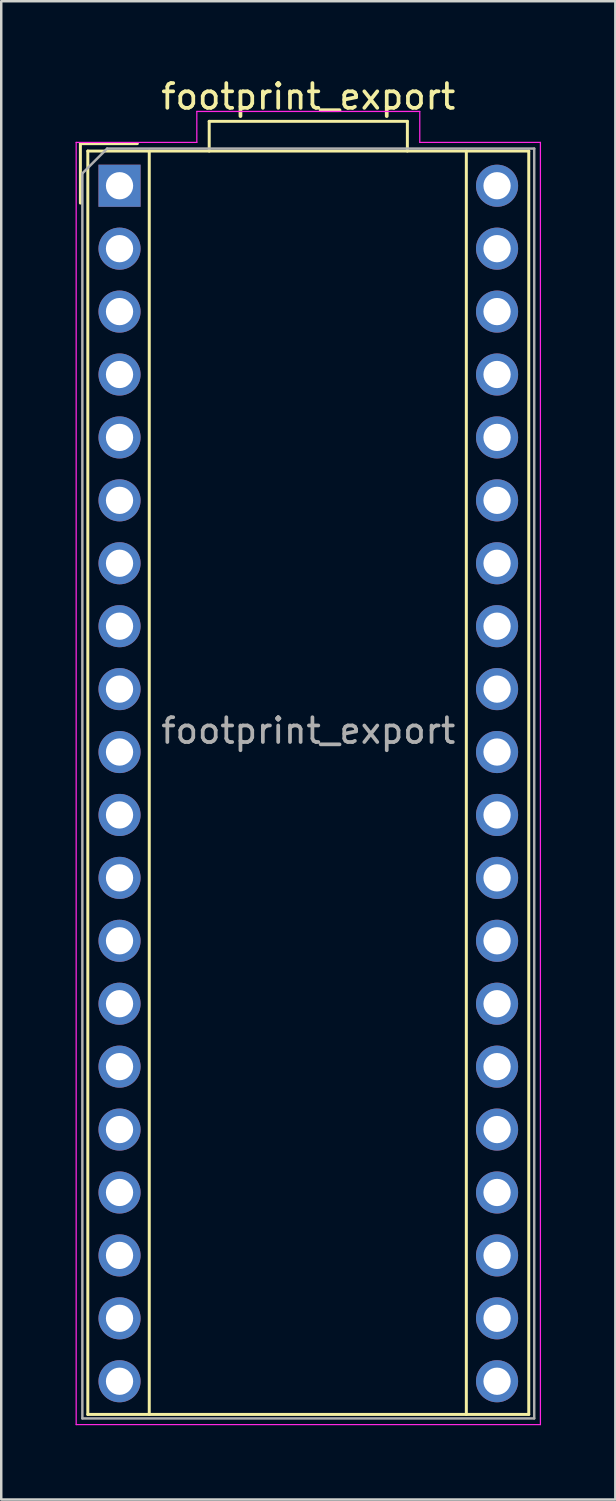
<source format=kicad_pcb>
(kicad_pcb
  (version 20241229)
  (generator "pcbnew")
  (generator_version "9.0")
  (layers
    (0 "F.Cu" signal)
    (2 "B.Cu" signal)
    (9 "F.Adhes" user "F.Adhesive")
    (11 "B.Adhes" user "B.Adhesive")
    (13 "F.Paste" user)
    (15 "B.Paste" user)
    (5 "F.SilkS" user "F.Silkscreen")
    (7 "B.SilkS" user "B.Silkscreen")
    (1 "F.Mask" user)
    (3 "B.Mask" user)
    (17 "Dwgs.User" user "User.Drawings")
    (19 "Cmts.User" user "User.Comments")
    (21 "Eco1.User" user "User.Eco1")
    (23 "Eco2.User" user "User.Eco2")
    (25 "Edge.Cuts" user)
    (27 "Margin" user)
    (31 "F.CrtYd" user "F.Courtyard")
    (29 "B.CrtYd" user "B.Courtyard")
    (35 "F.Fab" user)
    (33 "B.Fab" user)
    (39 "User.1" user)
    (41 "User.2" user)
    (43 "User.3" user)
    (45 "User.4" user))
  (footprint "footprint_export"
    (layer "F.Cu")
    (at 1.775 4.448)
    (property "Reference" "footprint_export" (at 7.62 -3.6 0) (layer "F.SilkS") (effects (font (size 1 1) (thickness 0.15))))
    (attr through_hole)
    (fp_line (start -1.58 -1.7) (end -1.58 0.7) (stroke (width 0.12) (type solid)) (layer "F.SilkS"))
    (fp_line (start -1.28 -1.4) (end 16.52 -1.4) (stroke (width 0.12) (type solid)) (layer "F.SilkS"))
    (fp_line (start -1.28 49.6) (end -1.28 -1.4) (stroke (width 0.12) (type solid)) (layer "F.SilkS"))
    (fp_line (start 0.72 -1.7) (end -1.58 -1.7) (stroke (width 0.12) (type solid)) (layer "F.SilkS"))
    (fp_line (start 1.2 -1.4) (end 1.2 49.6) (stroke (width 0.12) (type solid)) (layer "F.SilkS"))
    (fp_line (start 3.62 -2.6) (end 11.62 -2.6) (stroke (width 0.12) (type solid)) (layer "F.SilkS"))
    (fp_line (start 3.62 -1.4) (end 3.62 -2.6) (stroke (width 0.12) (type solid)) (layer "F.SilkS"))
    (fp_line (start 11.62 -2.6) (end 11.62 -1.4) (stroke (width 0.12) (type solid)) (layer "F.SilkS"))
    (fp_line (start 14 -1.4) (end 14 49.6) (stroke (width 0.12) (type solid)) (layer "F.SilkS"))
    (fp_line (start 16.52 -1.4) (end 16.52 49.6) (stroke (width 0.12) (type solid)) (layer "F.SilkS"))
    (fp_line (start 16.52 49.6) (end -1.28 49.6) (stroke (width 0.12) (type solid)) (layer "F.SilkS"))
    (fp_line (start -1.75 -1.75) (end 3.12 -1.75) (stroke (width 0.05) (type solid)) (layer "F.CrtYd"))
    (fp_line (start -1.75 50.01) (end -1.75 -1.75) (stroke (width 0.05) (type solid)) (layer "F.CrtYd"))
    (fp_line (start 3.12 -3) (end 12.12 -3) (stroke (width 0.05) (type solid)) (layer "F.CrtYd"))
    (fp_line (start 3.12 -1.75) (end 3.12 -3) (stroke (width 0.05) (type solid)) (layer "F.CrtYd"))
    (fp_line (start 12.12 -3) (end 12.12 -1.75) (stroke (width 0.05) (type solid)) (layer "F.CrtYd"))
    (fp_line (start 12.12 -1.75) (end 16.99 -1.75) (stroke (width 0.05) (type solid)) (layer "F.CrtYd"))
    (fp_line (start 16.99 -1.75) (end 16.99 50.01) (stroke (width 0.05) (type solid)) (layer "F.CrtYd"))
    (fp_line (start 16.99 50.01) (end -1.75 50.01) (stroke (width 0.05) (type solid)) (layer "F.CrtYd"))
    (fp_line (start -1.5 -0.5) (end -1.5 49.76) (stroke (width 0.1) (type solid)) (layer "F.Fab"))
    (fp_line (start -1.5 49.76) (end 16.74 49.76) (stroke (width 0.1) (type solid)) (layer "F.Fab"))
    (fp_line (start -0.5 -1.5) (end -1.5 -0.5) (stroke (width 0.1) (type solid)) (layer "F.Fab"))
    (fp_line (start 16.74 -1.5) (end -0.5 -1.5) (stroke (width 0.1) (type solid)) (layer "F.Fab"))
    (fp_line (start 16.74 49.76) (end 16.74 -1.5) (stroke (width 0.1) (type solid)) (layer "F.Fab"))
    (fp_text user "${REFERENCE}" (at 7.62 22 0) (layer "F.Fab") (effects (font (size 1 1) (thickness 0.15))))
    (pad "1" thru_hole rect (at 0 0) (size 1.7 1.7) (drill 1.1) (layers "*.Cu" "*.Mask"))
    (pad "2" thru_hole circle (at 0 2.54) (size 1.7 1.7) (drill 1.1) (layers "*.Cu" "*.Mask"))
    (pad "3" thru_hole circle (at 0 5.08) (size 1.7 1.7) (drill 1.1) (layers "*.Cu" "*.Mask"))
    (pad "4" thru_hole circle (at 0 7.62) (size 1.7 1.7) (drill 1.1) (layers "*.Cu" "*.Mask"))
    (pad "5" thru_hole circle (at 0 10.16) (size 1.7 1.7) (drill 1.1) (layers "*.Cu" "*.Mask"))
    (pad "6" thru_hole circle (at 0 12.7) (size 1.7 1.7) (drill 1.1) (layers "*.Cu" "*.Mask"))
    (pad "7" thru_hole circle (at 0 15.24) (size 1.7 1.7) (drill 1.1) (layers "*.Cu" "*.Mask"))
    (pad "8" thru_hole circle (at 0 17.78) (size 1.7 1.7) (drill 1.1) (layers "*.Cu" "*.Mask"))
    (pad "9" thru_hole circle (at 0 20.32) (size 1.7 1.7) (drill 1.1) (layers "*.Cu" "*.Mask"))
    (pad "10" thru_hole circle (at 0 22.86) (size 1.7 1.7) (drill 1.1) (layers "*.Cu" "*.Mask"))
    (pad "11" thru_hole circle (at 0 25.4) (size 1.7 1.7) (drill 1.1) (layers "*.Cu" "*.Mask"))
    (pad "12" thru_hole circle (at 0 27.94) (size 1.7 1.7) (drill 1.1) (layers "*.Cu" "*.Mask"))
    (pad "13" thru_hole circle (at 0 30.48) (size 1.7 1.7) (drill 1.1) (layers "*.Cu" "*.Mask"))
    (pad "14" thru_hole circle (at 0 33.02) (size 1.7 1.7) (drill 1.1) (layers "*.Cu" "*.Mask"))
    (pad "15" thru_hole circle (at 0 35.56) (size 1.7 1.7) (drill 1.1) (layers "*.Cu" "*.Mask"))
    (pad "16" thru_hole circle (at 0 38.1) (size 1.7 1.7) (drill 1.1) (layers "*.Cu" "*.Mask"))
    (pad "17" thru_hole circle (at 0 40.64) (size 1.7 1.7) (drill 1.1) (layers "*.Cu" "*.Mask"))
    (pad "18" thru_hole circle (at 0 43.18) (size 1.7 1.7) (drill 1.1) (layers "*.Cu" "*.Mask"))
    (pad "19" thru_hole circle (at 0 45.72) (size 1.7 1.7) (drill 1.1) (layers "*.Cu" "*.Mask"))
    (pad "20" thru_hole circle (at 0 48.26) (size 1.7 1.7) (drill 1.1) (layers "*.Cu" "*.Mask"))
    (pad "21" thru_hole circle (at 15.24 48.26) (size 1.7 1.7) (drill 1.1) (layers "*.Cu" "*.Mask"))
    (pad "22" thru_hole circle (at 15.24 45.72) (size 1.7 1.7) (drill 1.1) (layers "*.Cu" "*.Mask"))
    (pad "23" thru_hole circle (at 15.24 43.18) (size 1.7 1.7) (drill 1.1) (layers "*.Cu" "*.Mask"))
    (pad "24" thru_hole circle (at 15.24 40.64) (size 1.7 1.7) (drill 1.1) (layers "*.Cu" "*.Mask"))
    (pad "25" thru_hole circle (at 15.24 38.1) (size 1.7 1.7) (drill 1.1) (layers "*.Cu" "*.Mask"))
    (pad "26" thru_hole circle (at 15.24 35.56) (size 1.7 1.7) (drill 1.1) (layers "*.Cu" "*.Mask"))
    (pad "27" thru_hole circle (at 15.24 33.02) (size 1.7 1.7) (drill 1.1) (layers "*.Cu" "*.Mask"))
    (pad "28" thru_hole circle (at 15.24 30.48) (size 1.7 1.7) (drill 1.1) (layers "*.Cu" "*.Mask"))
    (pad "29" thru_hole circle (at 15.24 27.94) (size 1.7 1.7) (drill 1.1) (layers "*.Cu" "*.Mask"))
    (pad "30" thru_hole circle (at 15.24 25.4) (size 1.7 1.7) (drill 1.1) (layers "*.Cu" "*.Mask"))
    (pad "31" thru_hole circle (at 15.24 22.86) (size 1.7 1.7) (drill 1.1) (layers "*.Cu" "*.Mask"))
    (pad "32" thru_hole circle (at 15.24 20.32) (size 1.7 1.7) (drill 1.1) (layers "*.Cu" "*.Mask"))
    (pad "33" thru_hole circle (at 15.24 17.78) (size 1.7 1.7) (drill 1.1) (layers "*.Cu" "*.Mask"))
    (pad "34" thru_hole circle (at 15.24 15.24) (size 1.7 1.7) (drill 1.1) (layers "*.Cu" "*.Mask"))
    (pad "35" thru_hole circle (at 15.24 12.7) (size 1.7 1.7) (drill 1.1) (layers "*.Cu" "*.Mask"))
    (pad "36" thru_hole circle (at 15.24 10.16) (size 1.7 1.7) (drill 1.1) (layers "*.Cu" "*.Mask"))
    (pad "37" thru_hole circle (at 15.24 7.62) (size 1.7 1.7) (drill 1.1) (layers "*.Cu" "*.Mask"))
    (pad "38" thru_hole circle (at 15.24 5.08) (size 1.7 1.7) (drill 1.1) (layers "*.Cu" "*.Mask"))
    (pad "39" thru_hole circle (at 15.24 2.54) (size 1.7 1.7) (drill 1.1) (layers "*.Cu" "*.Mask"))
    (pad "40" thru_hole circle (at 15.24 0) (size 1.7 1.7) (drill 1.1) (layers "*.Cu" "*.Mask")))
  (gr_rect
    (start -3 -3)
    (end 21.79 57.483)
    (stroke (width 0.1) (type default))
    (fill no)
    (layer "Edge.Cuts")))
</source>
